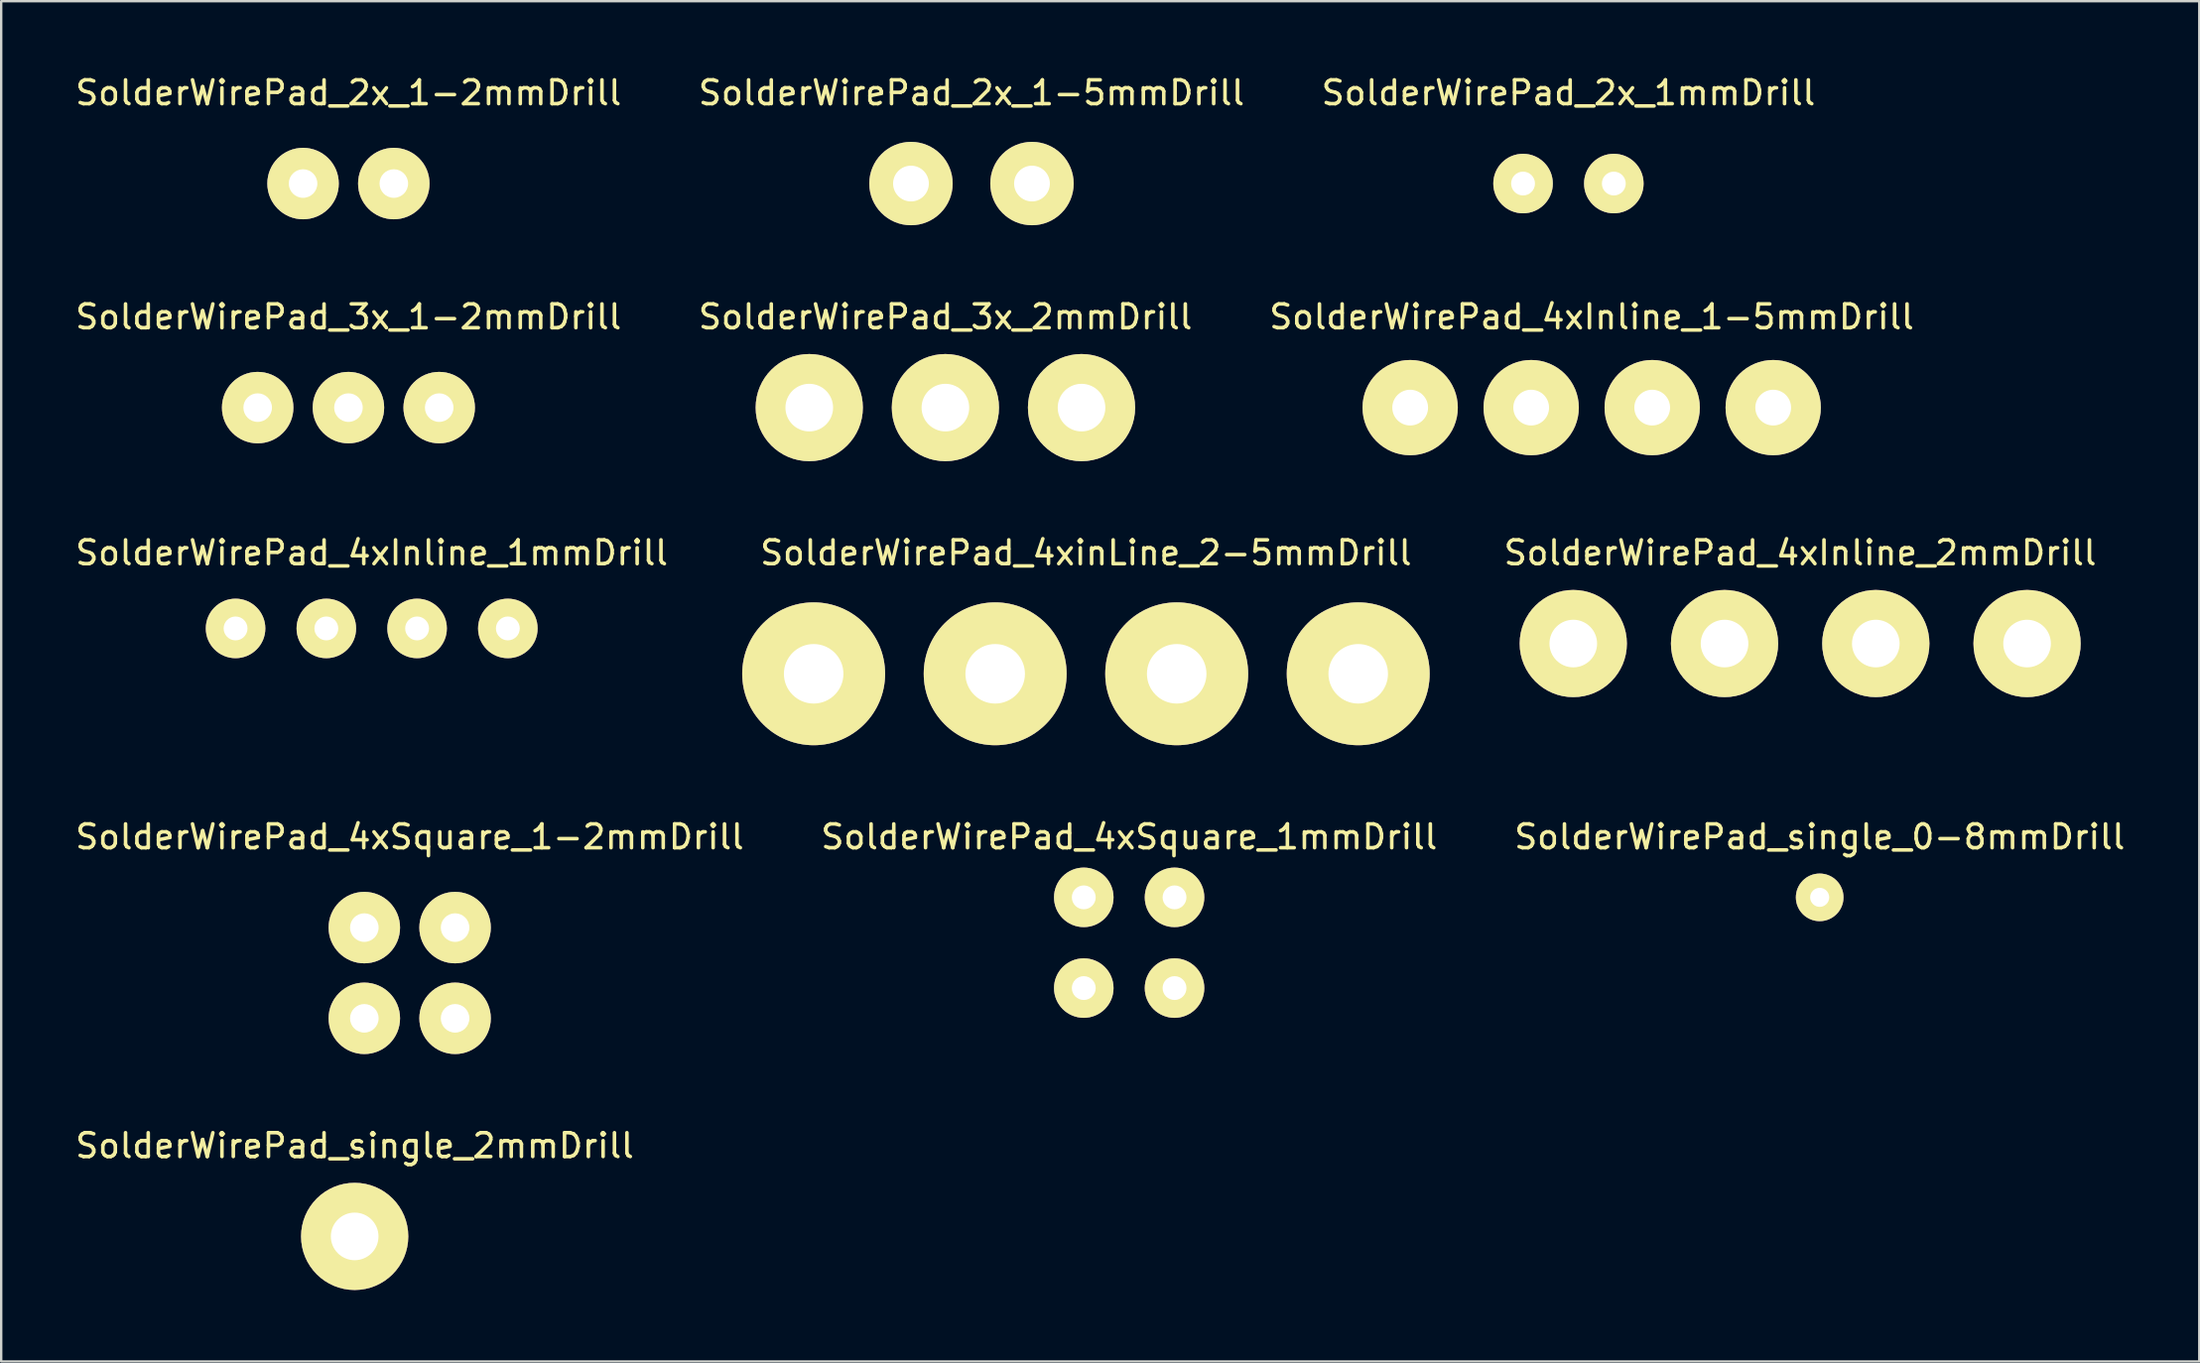
<source format=kicad_pcb>
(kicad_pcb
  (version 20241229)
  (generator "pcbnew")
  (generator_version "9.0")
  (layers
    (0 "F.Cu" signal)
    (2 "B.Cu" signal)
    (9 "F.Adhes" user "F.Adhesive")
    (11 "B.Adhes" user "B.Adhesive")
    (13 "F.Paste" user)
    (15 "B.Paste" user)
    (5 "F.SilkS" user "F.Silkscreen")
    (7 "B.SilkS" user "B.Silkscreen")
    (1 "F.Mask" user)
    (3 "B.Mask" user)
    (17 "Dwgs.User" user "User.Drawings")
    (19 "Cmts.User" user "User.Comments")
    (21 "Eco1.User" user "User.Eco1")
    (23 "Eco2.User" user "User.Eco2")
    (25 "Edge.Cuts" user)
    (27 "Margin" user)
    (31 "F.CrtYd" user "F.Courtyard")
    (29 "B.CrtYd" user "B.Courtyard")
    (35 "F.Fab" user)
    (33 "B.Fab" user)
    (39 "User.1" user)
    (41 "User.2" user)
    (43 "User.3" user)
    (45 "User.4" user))
  (footprint "SolderWirePad_2x_1-5mmDrill"
    (layer "F.Cu")
    (at 37.732 4.658)
    (property "Reference" "SolderWirePad_2x_1-5mmDrill" (at 0 -3.81 0) (layer "F.SilkS") (effects (font (size 1 1) (thickness 0.15))))
    (attr through_hole)
    (pad "1" thru_hole circle (at -2.54 0) (size 3.5 3.5) (drill 1.501) (layers "*.Cu" "*.Mask" "F.SilkS"))
    (pad "1" thru_hole circle (at 2.54 0) (size 3.5 3.5) (drill 1.501) (layers "*.Cu" "*.Mask" "F.SilkS")))
  (footprint "SolderWirePad_single_2mmDrill"
    (layer "F.Cu")
    (at 11.839 48.871)
    (property "Reference" "SolderWirePad_single_2mmDrill" (at 0 -3.81 0) (layer "F.SilkS") (effects (font (size 1 1) (thickness 0.15))))
    (attr through_hole)
    (pad "1" thru_hole circle (at 0 0) (size 4.501 4.501) (drill 1.999) (layers "*.Cu" "*.Mask" "F.SilkS")))
  (footprint "SolderWirePad_3x_1-2mmDrill"
    (layer "F.Cu")
    (at 11.577 14.067)
    (property "Reference" "SolderWirePad_3x_1-2mmDrill" (at 0 -3.81 0) (layer "F.SilkS") (effects (font (size 1 1) (thickness 0.15))))
    (attr through_hole)
    (pad "1" thru_hole circle (at -3.81 0) (size 3 3) (drill 1.199) (layers "*.Cu" "*.Mask" "F.SilkS"))
    (pad "1" thru_hole circle (at 0 0) (size 3 3) (drill 1.199) (layers "*.Cu" "*.Mask" "F.SilkS"))
    (pad "1" thru_hole circle (at 3.81 0) (size 3 3) (drill 1.199) (layers "*.Cu" "*.Mask" "F.SilkS")))
  (footprint "SolderWirePad_4xinLine_2-5mmDrill"
    (layer "F.Cu")
    (at 42.537 25.245)
    (property "Reference" "SolderWirePad_4xinLine_2-5mmDrill" (at 0 -5.08 0) (layer "F.SilkS") (effects (font (size 1 1) (thickness 0.15))))
    (attr through_hole)
    (pad "1" thru_hole circle (at -11.43 0) (size 5.999 5.999) (drill 2.499) (layers "*.Cu" "*.Mask" "F.SilkS"))
    (pad "1" thru_hole circle (at -3.81 0) (size 5.999 5.999) (drill 2.499) (layers "*.Cu" "*.Mask" "F.SilkS"))
    (pad "1" thru_hole circle (at 3.81 0) (size 5.999 5.999) (drill 2.499) (layers "*.Cu" "*.Mask" "F.SilkS"))
    (pad "1" thru_hole circle (at 11.43 0) (size 5.999 5.999) (drill 2.499) (layers "*.Cu" "*.Mask" "F.SilkS")))
  (footprint "SolderWirePad_2x_1mmDrill"
    (layer "F.Cu")
    (at 62.792 4.658)
    (property "Reference" "SolderWirePad_2x_1mmDrill" (at 0 -3.81 0) (layer "F.SilkS") (effects (font (size 1 1) (thickness 0.15))))
    (attr through_hole)
    (pad "1" thru_hole circle (at -1.905 0) (size 2.499 2.499) (drill 1.001) (layers "*.Cu" "*.Mask" "F.SilkS"))
    (pad "1" thru_hole circle (at 1.905 0) (size 2.499 2.499) (drill 1.001) (layers "*.Cu" "*.Mask" "F.SilkS")))
  (footprint "SolderWirePad_4xSquare_1mmDrill"
    (layer "F.Cu")
    (at 44.351 36.538)
    (property "Reference" "SolderWirePad_4xSquare_1mmDrill" (at 0 -4.445 0) (layer "F.SilkS") (effects (font (size 1 1) (thickness 0.15))))
    (attr through_hole)
    (pad "1" thru_hole circle (at -1.905 -1.905) (size 2.499 2.499) (drill 1.001) (layers "*.Cu" "*.Mask" "F.SilkS"))
    (pad "1" thru_hole circle (at -1.905 1.905) (size 2.499 2.499) (drill 1.001) (layers "*.Cu" "*.Mask" "F.SilkS"))
    (pad "1" thru_hole circle (at 1.905 -1.905) (size 2.499 2.499) (drill 1.001) (layers "*.Cu" "*.Mask" "F.SilkS"))
    (pad "1" thru_hole circle (at 1.905 1.905) (size 2.499 2.499) (drill 1.001) (layers "*.Cu" "*.Mask" "F.SilkS")))
  (footprint "SolderWirePad_4xInline_1mmDrill"
    (layer "F.Cu")
    (at 12.554 23.34)
    (property "Reference" "SolderWirePad_4xInline_1mmDrill" (at 0 -3.175 0) (layer "F.SilkS") (effects (font (size 1 1) (thickness 0.15))))
    (attr through_hole)
    (pad "1" thru_hole circle (at -5.715 0) (size 2.499 2.499) (drill 1.001) (layers "*.Cu" "*.Mask" "F.SilkS"))
    (pad "1" thru_hole circle (at -1.905 0) (size 2.499 2.499) (drill 1.001) (layers "*.Cu" "*.Mask" "F.SilkS"))
    (pad "1" thru_hole circle (at 1.905 0) (size 2.499 2.499) (drill 1.001) (layers "*.Cu" "*.Mask" "F.SilkS"))
    (pad "1" thru_hole circle (at 5.715 0) (size 2.499 2.499) (drill 1.001) (layers "*.Cu" "*.Mask" "F.SilkS")))
  (footprint "SolderWirePad_single_0-8mmDrill"
    (layer "F.Cu")
    (at 73.339 34.633)
    (property "Reference" "SolderWirePad_single_0-8mmDrill" (at 0 -2.54 0) (layer "F.SilkS") (effects (font (size 1 1) (thickness 0.15))))
    (attr through_hole)
    (pad "1" thru_hole circle (at 0 0) (size 1.999 1.999) (drill 0.8) (layers "*.Cu" "*.Mask" "F.SilkS")))
  (footprint "SolderWirePad_4xSquare_1-2mmDrill"
    (layer "F.Cu")
    (at 14.149 37.808)
    (property "Reference" "SolderWirePad_4xSquare_1-2mmDrill" (at 0 -5.715 0) (layer "F.SilkS") (effects (font (size 1 1) (thickness 0.15))))
    (attr through_hole)
    (pad "1" thru_hole circle (at -1.905 -1.905) (size 3 3) (drill 1.199) (layers "*.Cu" "*.Mask" "F.SilkS"))
    (pad "1" thru_hole circle (at -1.905 1.905) (size 3 3) (drill 1.199) (layers "*.Cu" "*.Mask" "F.SilkS"))
    (pad "1" thru_hole circle (at 1.905 -1.905) (size 3 3) (drill 1.199) (layers "*.Cu" "*.Mask" "F.SilkS"))
    (pad "1" thru_hole circle (at 1.905 1.905) (size 3 3) (drill 1.199) (layers "*.Cu" "*.Mask" "F.SilkS")))
  (footprint "SolderWirePad_4xInline_2mmDrill"
    (layer "F.Cu")
    (at 72.52 23.975)
    (property "Reference" "SolderWirePad_4xInline_2mmDrill" (at 0 -3.81 0) (layer "F.SilkS") (effects (font (size 1 1) (thickness 0.15))))
    (attr through_hole)
    (pad "1" thru_hole circle (at -9.525 0) (size 4.501 4.501) (drill 1.999) (layers "*.Cu" "*.Mask" "F.SilkS"))
    (pad "1" thru_hole circle (at -3.175 0) (size 4.501 4.501) (drill 1.999) (layers "*.Cu" "*.Mask" "F.SilkS"))
    (pad "1" thru_hole circle (at 3.175 0) (size 4.501 4.501) (drill 1.999) (layers "*.Cu" "*.Mask" "F.SilkS"))
    (pad "1" thru_hole circle (at 9.525 0) (size 4.501 4.501) (drill 1.999) (layers "*.Cu" "*.Mask" "F.SilkS")))
  (footprint "SolderWirePad_2x_1-2mmDrill"
    (layer "F.Cu")
    (at 11.577 4.658)
    (property "Reference" "SolderWirePad_2x_1-2mmDrill" (at 0 -3.81 0) (layer "F.SilkS") (effects (font (size 1 1) (thickness 0.15))))
    (attr through_hole)
    (pad "1" thru_hole circle (at -1.905 0) (size 3 3) (drill 1.199) (layers "*.Cu" "*.Mask" "F.SilkS"))
    (pad "1" thru_hole circle (at 1.905 0) (size 3 3) (drill 1.199) (layers "*.Cu" "*.Mask" "F.SilkS")))
  (footprint "SolderWirePad_3x_2mmDrill"
    (layer "F.Cu")
    (at 36.637 14.067)
    (property "Reference" "SolderWirePad_3x_2mmDrill" (at 0 -3.81 0) (layer "F.SilkS") (effects (font (size 1 1) (thickness 0.15))))
    (attr through_hole)
    (pad "1" thru_hole circle (at -5.715 0) (size 4.501 4.501) (drill 1.999) (layers "*.Cu" "*.Mask" "F.SilkS"))
    (pad "1" thru_hole circle (at 0 0) (size 4.501 4.501) (drill 1.999) (layers "*.Cu" "*.Mask" "F.SilkS"))
    (pad "1" thru_hole circle (at 5.715 0) (size 4.501 4.501) (drill 1.999) (layers "*.Cu" "*.Mask" "F.SilkS")))
  (footprint "SolderWirePad_4xInline_1-5mmDrill"
    (layer "F.Cu")
    (at 63.768 14.067)
    (property "Reference" "SolderWirePad_4xInline_1-5mmDrill" (at 0 -3.81 0) (layer "F.SilkS") (effects (font (size 1 1) (thickness 0.15))))
    (attr through_hole)
    (pad "1" thru_hole circle (at -7.62 0) (size 4 4) (drill 1.501) (layers "*.Cu" "*.Mask" "F.SilkS"))
    (pad "1" thru_hole circle (at -2.54 0) (size 4 4) (drill 1.501) (layers "*.Cu" "*.Mask" "F.SilkS"))
    (pad "1" thru_hole circle (at 2.54 0) (size 4 4) (drill 1.501) (layers "*.Cu" "*.Mask" "F.SilkS"))
    (pad "1" thru_hole circle (at 7.62 0) (size 4 4) (drill 1.501) (layers "*.Cu" "*.Mask" "F.SilkS")))
  (gr_rect
    (start -3 -3)
    (end 89.274 54.122)
    (stroke (width 0.1) (type default))
    (fill no)
    (layer "Edge.Cuts")))
</source>
